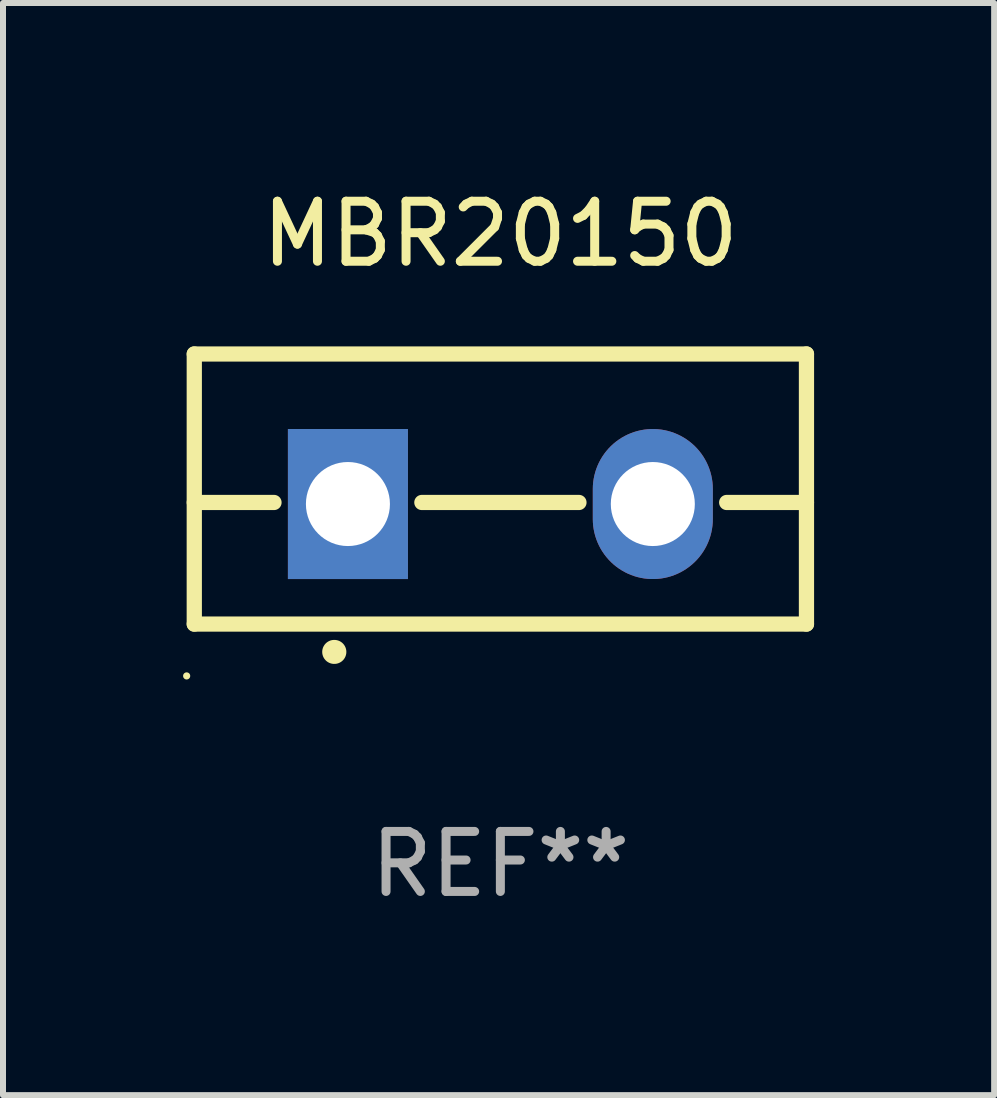
<source format=kicad_pcb>
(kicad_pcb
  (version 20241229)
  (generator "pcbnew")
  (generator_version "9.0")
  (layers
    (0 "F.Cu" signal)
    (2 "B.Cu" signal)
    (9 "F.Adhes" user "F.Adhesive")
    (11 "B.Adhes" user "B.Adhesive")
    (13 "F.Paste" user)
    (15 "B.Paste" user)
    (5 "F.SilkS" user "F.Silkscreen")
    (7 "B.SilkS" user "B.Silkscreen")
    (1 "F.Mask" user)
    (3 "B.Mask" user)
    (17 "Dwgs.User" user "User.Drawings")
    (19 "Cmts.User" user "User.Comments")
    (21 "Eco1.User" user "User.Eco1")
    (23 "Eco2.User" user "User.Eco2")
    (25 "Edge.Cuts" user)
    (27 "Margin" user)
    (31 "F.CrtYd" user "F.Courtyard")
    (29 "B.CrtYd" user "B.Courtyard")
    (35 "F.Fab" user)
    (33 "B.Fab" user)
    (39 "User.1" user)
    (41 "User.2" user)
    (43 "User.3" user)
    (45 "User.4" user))
  (footprint "MBR20150"
    (layer "F.Cu")
    (at 5.287 5.098)
    (property "Reference" "MBR20150" (at 0 -4.25 0) (layer "F.SilkS") (effects (font (size 1 1) (thickness 0.15))))
    (attr through_hole)
    (fp_line (start -5.1 -2.25) (end -5.1 2.25) (stroke (width 0.254) (type solid)) (layer "F.SilkS"))
    (fp_line (start -5.1 0.224) (end -3.772 0.224) (stroke (width 0.254) (type solid)) (layer "F.SilkS"))
    (fp_line (start -5.1 2.25) (end 5.1 2.25) (stroke (width 0.254) (type solid)) (layer "F.SilkS"))
    (fp_line (start -1.308 0.224) (end 1.309 0.224) (stroke (width 0.254) (type solid)) (layer "F.SilkS"))
    (fp_line (start 3.771 0.224) (end 5.1 0.224) (stroke (width 0.254) (type solid)) (layer "F.SilkS"))
    (fp_line (start 5.1 -2.25) (end -5.1 -2.25) (stroke (width 0.254) (type solid)) (layer "F.SilkS"))
    (fp_line (start 5.1 -2.25) (end 5.1 2.25) (stroke (width 0.254) (type solid)) (layer "F.SilkS"))
    (fp_arc (start -2.768606 2.713805) (mid -2.767336 2.713801) (end -2.766066 2.713805) (stroke (width 0.4) (type solid)) (layer "F.SilkS"))
    (fp_circle (center -5.227 3.114) (end -5.197 3.114) (stroke (width 0.06) (type solid)) (fill no) (layer "F.SilkS"))
    (fp_text user "REF**" (at 0 6.25 0) (layer "F.Fab") (effects (font (size 1 1) (thickness 0.15))))
    (pad "1" thru_hole rect (at -2.54 0.25) (size 2 2.5) (drill 1.4) (layers "*.Cu" "*.Mask"))
    (pad "3" thru_hole oval (at 2.54 0.25) (size 2 2.5) (drill 1.4) (layers "*.Cu" "*.Mask")))
  (gr_rect
    (start -3 -3)
    (end 13.514 15.197)
    (stroke (width 0.1) (type default))
    (fill no)
    (layer "Edge.Cuts")))
</source>
